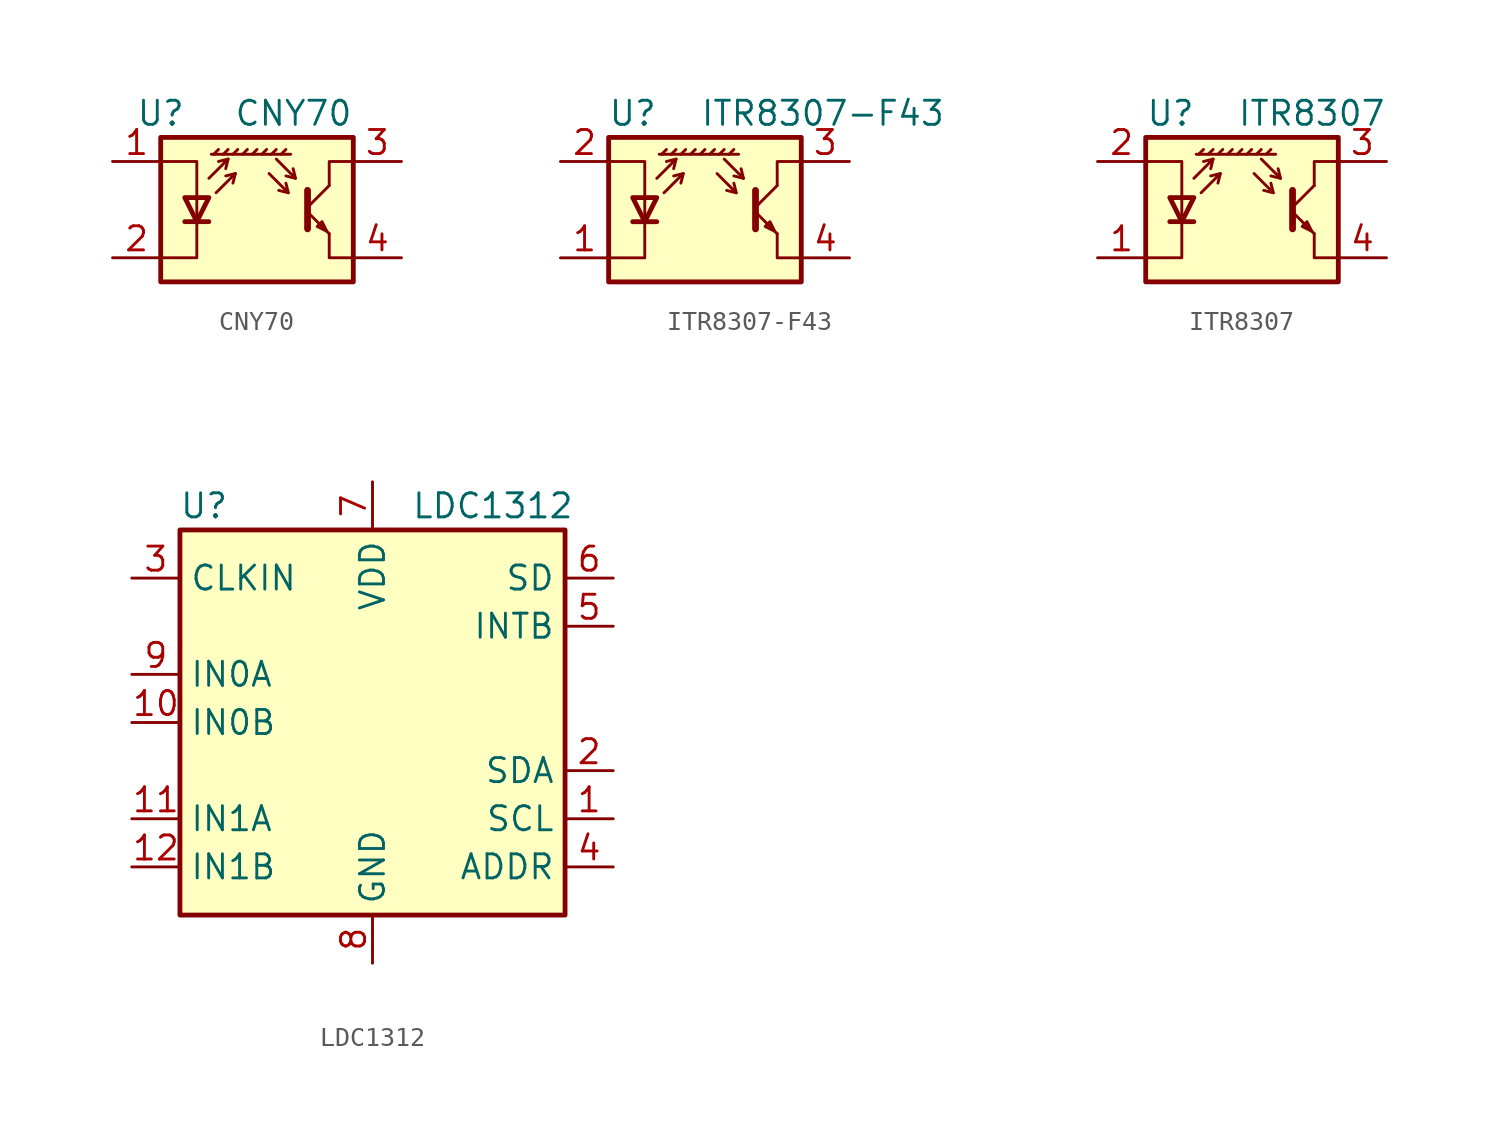
<source format=kicad_sym>
(kicad_symbol_lib
  (version 20211014)
  (generator kicad_symbol_editor)
  (symbol "CNY70"
    (pin_names
      (offset 1.016) hide)
    (property "Reference" "U"
      (at -5.08 5.08 0)
      (effects (font (size 1.27 1.27))))
    (property "Value" "CNY70"
      (at 5.08 5.08 0)
      (effects (font (size 1.27 1.27)) (justify right)))
    (symbol "CNY70_0_1"
      (polyline (pts (xy -3.81 -0.635) (xy -2.54 -0.635)) (stroke (width 0.254) (type default) (color 0 0 0 0)) (fill (type none)))
      (polyline (pts (xy -2.286 2.921) (xy -2.032 3.175)) (stroke (width 0) (type default) (color 0 0 0 0)) (fill (type none)))
      (polyline (pts (xy -1.778 2.921) (xy -1.524 3.175)) (stroke (width 0) (type default) (color 0 0 0 0)) (fill (type none)))
      (polyline (pts (xy -1.524 2.667) (xy -1.651 2.159)) (stroke (width 0) (type default) (color 0 0 0 0)) (fill (type none)))
      (polyline (pts (xy -1.27 2.921) (xy -1.016 3.175)) (stroke (width 0) (type default) (color 0 0 0 0)) (fill (type none)))
      (polyline (pts (xy -1.143 1.905) (xy -1.27 1.397)) (stroke (width 0) (type default) (color 0 0 0 0)) (fill (type none)))
      (polyline (pts (xy -0.762 2.921) (xy -0.508 3.175)) (stroke (width 0) (type default) (color 0 0 0 0)) (fill (type none)))
      (polyline (pts (xy -0.254 2.921) (xy 0 3.175)) (stroke (width 0) (type default) (color 0 0 0 0)) (fill (type none)))
      (polyline (pts (xy 0.254 2.921) (xy 0.508 3.175)) (stroke (width 0) (type default) (color 0 0 0 0)) (fill (type none)))
      (polyline (pts (xy 0.762 2.921) (xy 1.016 3.175)) (stroke (width 0) (type default) (color 0 0 0 0)) (fill (type none)))
      (polyline (pts (xy 1.27 2.921) (xy 1.524 3.175)) (stroke (width 0) (type default) (color 0 0 0 0)) (fill (type none)))
      (polyline (pts (xy 1.651 0.889) (xy 1.143 1.016)) (stroke (width 0) (type default) (color 0 0 0 0)) (fill (type none)))
      (polyline (pts (xy 1.778 2.921) (xy -2.413 2.921)) (stroke (width 0) (type default) (color 0 0 0 0)) (fill (type none)))
      (polyline (pts (xy 2.032 1.651) (xy 1.524 1.778)) (stroke (width 0) (type default) (color 0 0 0 0)) (fill (type none)))
      (polyline (pts (xy 2.667 -0.127) (xy 3.81 -1.27)) (stroke (width 0) (type default) (color 0 0 0 0)) (fill (type none)))
      (polyline (pts (xy 2.667 0.127) (xy 3.81 1.27)) (stroke (width 0) (type default) (color 0 0 0 0)) (fill (type none)))
      (polyline (pts (xy -2.54 1.651) (xy -1.524 2.667) (xy -2.032 2.54)) (stroke (width 0) (type default) (color 0 0 0 0)) (fill (type none)))
      (polyline (pts (xy -2.159 0.889) (xy -1.143 1.905) (xy -1.651 1.778)) (stroke (width 0) (type default) (color 0 0 0 0)) (fill (type none)))
      (polyline (pts (xy 0.635 1.905) (xy 1.651 0.889) (xy 1.524 1.397)) (stroke (width 0) (type default) (color 0 0 0 0)) (fill (type none)))
      (polyline (pts (xy 1.016 2.667) (xy 2.032 1.651) (xy 1.905 2.159)) (stroke (width 0) (type default) (color 0 0 0 0)) (fill (type none)))
      (polyline (pts (xy 2.667 1.016) (xy 2.667 -1.016) (xy 2.667 -1.016)) (stroke (width 0.356) (type default) (color 0 0 0 0)) (fill (type none)))
      (polyline (pts (xy 3.81 -1.27) (xy 3.81 -2.54) (xy 5.08 -2.54)) (stroke (width 0) (type default) (color 0 0 0 0)) (fill (type none)))
      (polyline (pts (xy 3.81 1.27) (xy 3.81 2.54) (xy 5.08 2.54)) (stroke (width 0) (type default) (color 0 0 0 0)) (fill (type none)))
      (polyline (pts (xy -5.08 -2.54) (xy -3.175 -2.54) (xy -3.175 2.54) (xy -5.08 2.54)) (stroke (width 0) (type default) (color 0 0 0 0)) (fill (type none)))
      (polyline (pts (xy -3.175 -0.635) (xy -3.81 0.635) (xy -2.54 0.635) (xy -3.175 -0.635)) (stroke (width 0.254) (type default) (color 0 0 0 0)) (fill (type none)))
      (polyline (pts (xy 3.683 -1.143) (xy 3.429 -0.635) (xy 3.175 -0.889) (xy 3.683 -1.143)) (stroke (width 0) (type default) (color 0 0 0 0)) (fill (type none)))
      (polyline (pts (xy -5.08 -3.81) (xy 5.08 -3.81) (xy 5.08 3.81) (xy -5.08 3.81) (xy -5.08 -3.81)) (stroke (width 0.254) (type default) (color 0 0 0 0)) (fill (type background))))
    (symbol "CNY70_1_1"
      (pin passive line (at -7.62 2.54 0) (length 2.54) (name "A" (effects (font (size 1.27 1.27)))) (number "1" (effects (font (size 1.27 1.27)))))
      (pin passive line (at -7.62 -2.54 0) (length 2.54) (name "K" (effects (font (size 1.27 1.27)))) (number "2" (effects (font (size 1.27 1.27)))))
      (pin open_collector line (at 7.62 2.54 180) (length 2.54) (name "C" (effects (font (size 1.27 1.27)))) (number "3" (effects (font (size 1.27 1.27)))))
      (pin open_emitter line (at 7.62 -2.54 180) (length 2.54) (name "E" (effects (font (size 1.27 1.27)))) (number "4" (effects (font (size 1.27 1.27)))))))
  (symbol "ITR8307-F43"
    (pin_names
      (offset 0.025) hide)
    (property "Reference" "U"
      (at -3.81 5.08 0)
      (effects (font (size 1.27 1.27))))
    (property "Value" "ITR8307-F43"
      (at 12.7 5.08 0)
      (effects (font (size 1.27 1.27)) (justify right)))
    (symbol "ITR8307-F43_0_1"
      (polyline (pts (xy -3.81 -0.635) (xy -2.54 -0.635)) (stroke (width 0.254) (type default) (color 0 0 0 0)) (fill (type none)))
      (polyline (pts (xy -2.286 2.921) (xy -2.032 3.175)) (stroke (width 0) (type default) (color 0 0 0 0)) (fill (type none)))
      (polyline (pts (xy -1.778 2.921) (xy -1.524 3.175)) (stroke (width 0) (type default) (color 0 0 0 0)) (fill (type none)))
      (polyline (pts (xy -1.524 2.667) (xy -1.651 2.159)) (stroke (width 0) (type default) (color 0 0 0 0)) (fill (type none)))
      (polyline (pts (xy -1.27 2.921) (xy -1.016 3.175)) (stroke (width 0) (type default) (color 0 0 0 0)) (fill (type none)))
      (polyline (pts (xy -1.143 1.905) (xy -1.27 1.397)) (stroke (width 0) (type default) (color 0 0 0 0)) (fill (type none)))
      (polyline (pts (xy -0.762 2.921) (xy -0.508 3.175)) (stroke (width 0) (type default) (color 0 0 0 0)) (fill (type none)))
      (polyline (pts (xy -0.254 2.921) (xy 0 3.175)) (stroke (width 0) (type default) (color 0 0 0 0)) (fill (type none)))
      (polyline (pts (xy 0.254 2.921) (xy 0.508 3.175)) (stroke (width 0) (type default) (color 0 0 0 0)) (fill (type none)))
      (polyline (pts (xy 0.762 2.921) (xy 1.016 3.175)) (stroke (width 0) (type default) (color 0 0 0 0)) (fill (type none)))
      (polyline (pts (xy 1.27 2.921) (xy 1.524 3.175)) (stroke (width 0) (type default) (color 0 0 0 0)) (fill (type none)))
      (polyline (pts (xy 1.651 0.889) (xy 1.143 1.016)) (stroke (width 0) (type default) (color 0 0 0 0)) (fill (type none)))
      (polyline (pts (xy 1.778 2.921) (xy -2.413 2.921)) (stroke (width 0) (type default) (color 0 0 0 0)) (fill (type none)))
      (polyline (pts (xy 2.032 1.651) (xy 1.524 1.778)) (stroke (width 0) (type default) (color 0 0 0 0)) (fill (type none)))
      (polyline (pts (xy 2.667 -0.127) (xy 3.81 -1.27)) (stroke (width 0) (type default) (color 0 0 0 0)) (fill (type none)))
      (polyline (pts (xy 2.667 0.127) (xy 3.81 1.27)) (stroke (width 0) (type default) (color 0 0 0 0)) (fill (type none)))
      (polyline (pts (xy -2.54 1.651) (xy -1.524 2.667) (xy -2.032 2.54)) (stroke (width 0) (type default) (color 0 0 0 0)) (fill (type none)))
      (polyline (pts (xy -2.159 0.889) (xy -1.143 1.905) (xy -1.651 1.778)) (stroke (width 0) (type default) (color 0 0 0 0)) (fill (type none)))
      (polyline (pts (xy 0.635 1.905) (xy 1.651 0.889) (xy 1.524 1.397)) (stroke (width 0) (type default) (color 0 0 0 0)) (fill (type none)))
      (polyline (pts (xy 1.016 2.667) (xy 2.032 1.651) (xy 1.905 2.159)) (stroke (width 0) (type default) (color 0 0 0 0)) (fill (type none)))
      (polyline (pts (xy 2.667 1.016) (xy 2.667 -1.016) (xy 2.667 -1.016)) (stroke (width 0.356) (type default) (color 0 0 0 0)) (fill (type none)))
      (polyline (pts (xy 3.81 -1.27) (xy 3.81 -2.54) (xy 5.08 -2.54)) (stroke (width 0) (type default) (color 0 0 0 0)) (fill (type none)))
      (polyline (pts (xy 3.81 1.27) (xy 3.81 2.54) (xy 5.08 2.54)) (stroke (width 0) (type default) (color 0 0 0 0)) (fill (type none)))
      (polyline (pts (xy -5.08 -2.54) (xy -3.175 -2.54) (xy -3.175 2.54) (xy -5.08 2.54)) (stroke (width 0) (type default) (color 0 0 0 0)) (fill (type none)))
      (polyline (pts (xy -3.175 -0.635) (xy -3.81 0.635) (xy -2.54 0.635) (xy -3.175 -0.635)) (stroke (width 0.254) (type default) (color 0 0 0 0)) (fill (type none)))
      (polyline (pts (xy 3.683 -1.143) (xy 3.429 -0.635) (xy 3.175 -0.889) (xy 3.683 -1.143)) (stroke (width 0) (type default) (color 0 0 0 0)) (fill (type none)))
      (polyline (pts (xy -5.08 -3.81) (xy 5.08 -3.81) (xy 5.08 3.81) (xy -5.08 3.81) (xy -5.08 -3.81)) (stroke (width 0.254) (type default) (color 0 0 0 0)) (fill (type background))))
    (symbol "ITR8307-F43_1_1"
      (pin passive line (at -7.62 -2.54 0) (length 2.54) (name "K" (effects (font (size 1.27 1.27)))) (number "1" (effects (font (size 1.27 1.27)))))
      (pin passive line (at -7.62 2.54 0) (length 2.54) (name "A" (effects (font (size 1.27 1.27)))) (number "2" (effects (font (size 1.27 1.27)))))
      (pin open_collector line (at 7.62 2.54 180) (length 2.54) (name "C" (effects (font (size 1.27 1.27)))) (number "3" (effects (font (size 1.27 1.27)))))
      (pin open_emitter line (at 7.62 -2.54 180) (length 2.54) (name "E" (effects (font (size 1.27 1.27)))) (number "4" (effects (font (size 1.27 1.27)))))))
  (symbol "ITR8307"
    (pin_names
      (offset 0.025) hide)
    (property "Reference" "U"
      (at -5.08 5.08 0)
      (effects (font (size 1.27 1.27)) (justify left)))
    (property "Value" "ITR8307"
      (at 7.62 5.08 0)
      (effects (font (size 1.27 1.27)) (justify right)))
    (symbol "ITR8307_0_1"
      (polyline (pts (xy -3.81 -0.635) (xy -2.54 -0.635)) (stroke (width 0.254) (type default) (color 0 0 0 0)) (fill (type none)))
      (polyline (pts (xy -2.286 2.921) (xy -2.032 3.175)) (stroke (width 0) (type default) (color 0 0 0 0)) (fill (type none)))
      (polyline (pts (xy -1.778 2.921) (xy -1.524 3.175)) (stroke (width 0) (type default) (color 0 0 0 0)) (fill (type none)))
      (polyline (pts (xy -1.524 2.667) (xy -1.651 2.159)) (stroke (width 0) (type default) (color 0 0 0 0)) (fill (type none)))
      (polyline (pts (xy -1.27 2.921) (xy -1.016 3.175)) (stroke (width 0) (type default) (color 0 0 0 0)) (fill (type none)))
      (polyline (pts (xy -1.143 1.905) (xy -1.27 1.397)) (stroke (width 0) (type default) (color 0 0 0 0)) (fill (type none)))
      (polyline (pts (xy -0.762 2.921) (xy -0.508 3.175)) (stroke (width 0) (type default) (color 0 0 0 0)) (fill (type none)))
      (polyline (pts (xy -0.254 2.921) (xy 0 3.175)) (stroke (width 0) (type default) (color 0 0 0 0)) (fill (type none)))
      (polyline (pts (xy 0.254 2.921) (xy 0.508 3.175)) (stroke (width 0) (type default) (color 0 0 0 0)) (fill (type none)))
      (polyline (pts (xy 0.762 2.921) (xy 1.016 3.175)) (stroke (width 0) (type default) (color 0 0 0 0)) (fill (type none)))
      (polyline (pts (xy 1.27 2.921) (xy 1.524 3.175)) (stroke (width 0) (type default) (color 0 0 0 0)) (fill (type none)))
      (polyline (pts (xy 1.651 0.889) (xy 1.143 1.016)) (stroke (width 0) (type default) (color 0 0 0 0)) (fill (type none)))
      (polyline (pts (xy 1.778 2.921) (xy -2.413 2.921)) (stroke (width 0) (type default) (color 0 0 0 0)) (fill (type none)))
      (polyline (pts (xy 2.032 1.651) (xy 1.524 1.778)) (stroke (width 0) (type default) (color 0 0 0 0)) (fill (type none)))
      (polyline (pts (xy 2.667 -0.127) (xy 3.81 -1.27)) (stroke (width 0) (type default) (color 0 0 0 0)) (fill (type none)))
      (polyline (pts (xy 2.667 0.127) (xy 3.81 1.27)) (stroke (width 0) (type default) (color 0 0 0 0)) (fill (type none)))
      (polyline (pts (xy -2.54 1.651) (xy -1.524 2.667) (xy -2.032 2.54)) (stroke (width 0) (type default) (color 0 0 0 0)) (fill (type none)))
      (polyline (pts (xy -2.159 0.889) (xy -1.143 1.905) (xy -1.651 1.778)) (stroke (width 0) (type default) (color 0 0 0 0)) (fill (type none)))
      (polyline (pts (xy 0.635 1.905) (xy 1.651 0.889) (xy 1.524 1.397)) (stroke (width 0) (type default) (color 0 0 0 0)) (fill (type none)))
      (polyline (pts (xy 1.016 2.667) (xy 2.032 1.651) (xy 1.905 2.159)) (stroke (width 0) (type default) (color 0 0 0 0)) (fill (type none)))
      (polyline (pts (xy 2.667 1.016) (xy 2.667 -1.016) (xy 2.667 -1.016)) (stroke (width 0.356) (type default) (color 0 0 0 0)) (fill (type none)))
      (polyline (pts (xy 3.81 -1.27) (xy 3.81 -2.54) (xy 5.08 -2.54)) (stroke (width 0) (type default) (color 0 0 0 0)) (fill (type none)))
      (polyline (pts (xy 3.81 1.27) (xy 3.81 2.54) (xy 5.08 2.54)) (stroke (width 0) (type default) (color 0 0 0 0)) (fill (type none)))
      (polyline (pts (xy -5.08 -2.54) (xy -3.175 -2.54) (xy -3.175 2.54) (xy -5.08 2.54)) (stroke (width 0) (type default) (color 0 0 0 0)) (fill (type none)))
      (polyline (pts (xy -3.175 -0.635) (xy -3.81 0.635) (xy -2.54 0.635) (xy -3.175 -0.635)) (stroke (width 0.254) (type default) (color 0 0 0 0)) (fill (type none)))
      (polyline (pts (xy 3.683 -1.143) (xy 3.429 -0.635) (xy 3.175 -0.889) (xy 3.683 -1.143)) (stroke (width 0) (type default) (color 0 0 0 0)) (fill (type none)))
      (polyline (pts (xy -5.08 -3.81) (xy 5.08 -3.81) (xy 5.08 3.81) (xy -5.08 3.81) (xy -5.08 -3.81)) (stroke (width 0.254) (type default) (color 0 0 0 0)) (fill (type background))))
    (symbol "ITR8307_1_1"
      (pin passive line (at -7.62 -2.54 0) (length 2.54) (name "K" (effects (font (size 1.27 1.27)))) (number "1" (effects (font (size 1.27 1.27)))))
      (pin passive line (at -7.62 2.54 0) (length 2.54) (name "A" (effects (font (size 1.27 1.27)))) (number "2" (effects (font (size 1.27 1.27)))))
      (pin open_collector line (at 7.62 2.54 180) (length 2.54) (name "C" (effects (font (size 1.27 1.27)))) (number "3" (effects (font (size 1.27 1.27)))))
      (pin open_emitter line (at 7.62 -2.54 180) (length 2.54) (name "E" (effects (font (size 1.27 1.27)))) (number "4" (effects (font (size 1.27 1.27)))))))
  (symbol "LDC1312"
    (property "Reference" "U"
      (at -8.89 11.43 0)
      (effects (font (size 1.27 1.27))))
    (property "Value" "LDC1312"
      (at 6.35 11.43 0)
      (effects (font (size 1.27 1.27))))
    (symbol "LDC1312_0_1"
      (rectangle (start -10.16 -10.16) (end 10.16 10.16) (stroke (width 0.254) (type default) (color 0 0 0 0)) (fill (type background))))
    (symbol "LDC1312_1_1"
      (pin input line (at 12.7 -5.08 180) (length 2.54) (name "SCL" (effects (font (size 1.27 1.27)))) (number "1" (effects (font (size 1.27 1.27)))))
      (pin input line (at -12.7 0 0) (length 2.54) (name "IN0B" (effects (font (size 1.27 1.27)))) (number "10" (effects (font (size 1.27 1.27)))))
      (pin input line (at -12.7 -5.08 0) (length 2.54) (name "IN1A" (effects (font (size 1.27 1.27)))) (number "11" (effects (font (size 1.27 1.27)))))
      (pin input line (at -12.7 -7.62 0) (length 2.54) (name "IN1B" (effects (font (size 1.27 1.27)))) (number "12" (effects (font (size 1.27 1.27)))))
      (pin passive line (at 0 -12.7 90) (length 2.54) hide (name "GND" (effects (font (size 1.27 1.27)))) (number "13" (effects (font (size 1.27 1.27)))))
      (pin bidirectional line (at 12.7 -2.54 180) (length 2.54) (name "SDA" (effects (font (size 1.27 1.27)))) (number "2" (effects (font (size 1.27 1.27)))))
      (pin input line (at -12.7 7.62 0) (length 2.54) (name "CLKIN" (effects (font (size 1.27 1.27)))) (number "3" (effects (font (size 1.27 1.27)))))
      (pin input line (at 12.7 -7.62 180) (length 2.54) (name "ADDR" (effects (font (size 1.27 1.27)))) (number "4" (effects (font (size 1.27 1.27)))))
      (pin open_collector line (at 12.7 5.08 180) (length 2.54) (name "INTB" (effects (font (size 1.27 1.27)))) (number "5" (effects (font (size 1.27 1.27)))))
      (pin input line (at 12.7 7.62 180) (length 2.54) (name "SD" (effects (font (size 1.27 1.27)))) (number "6" (effects (font (size 1.27 1.27)))))
      (pin power_in line (at 0 12.7 270) (length 2.54) (name "VDD" (effects (font (size 1.27 1.27)))) (number "7" (effects (font (size 1.27 1.27)))))
      (pin power_in line (at 0 -12.7 90) (length 2.54) (name "GND" (effects (font (size 1.27 1.27)))) (number "8" (effects (font (size 1.27 1.27)))))
      (pin input line (at -12.7 2.54 0) (length 2.54) (name "IN0A" (effects (font (size 1.27 1.27)))) (number "9" (effects (font (size 1.27 1.27))))))))
</source>
